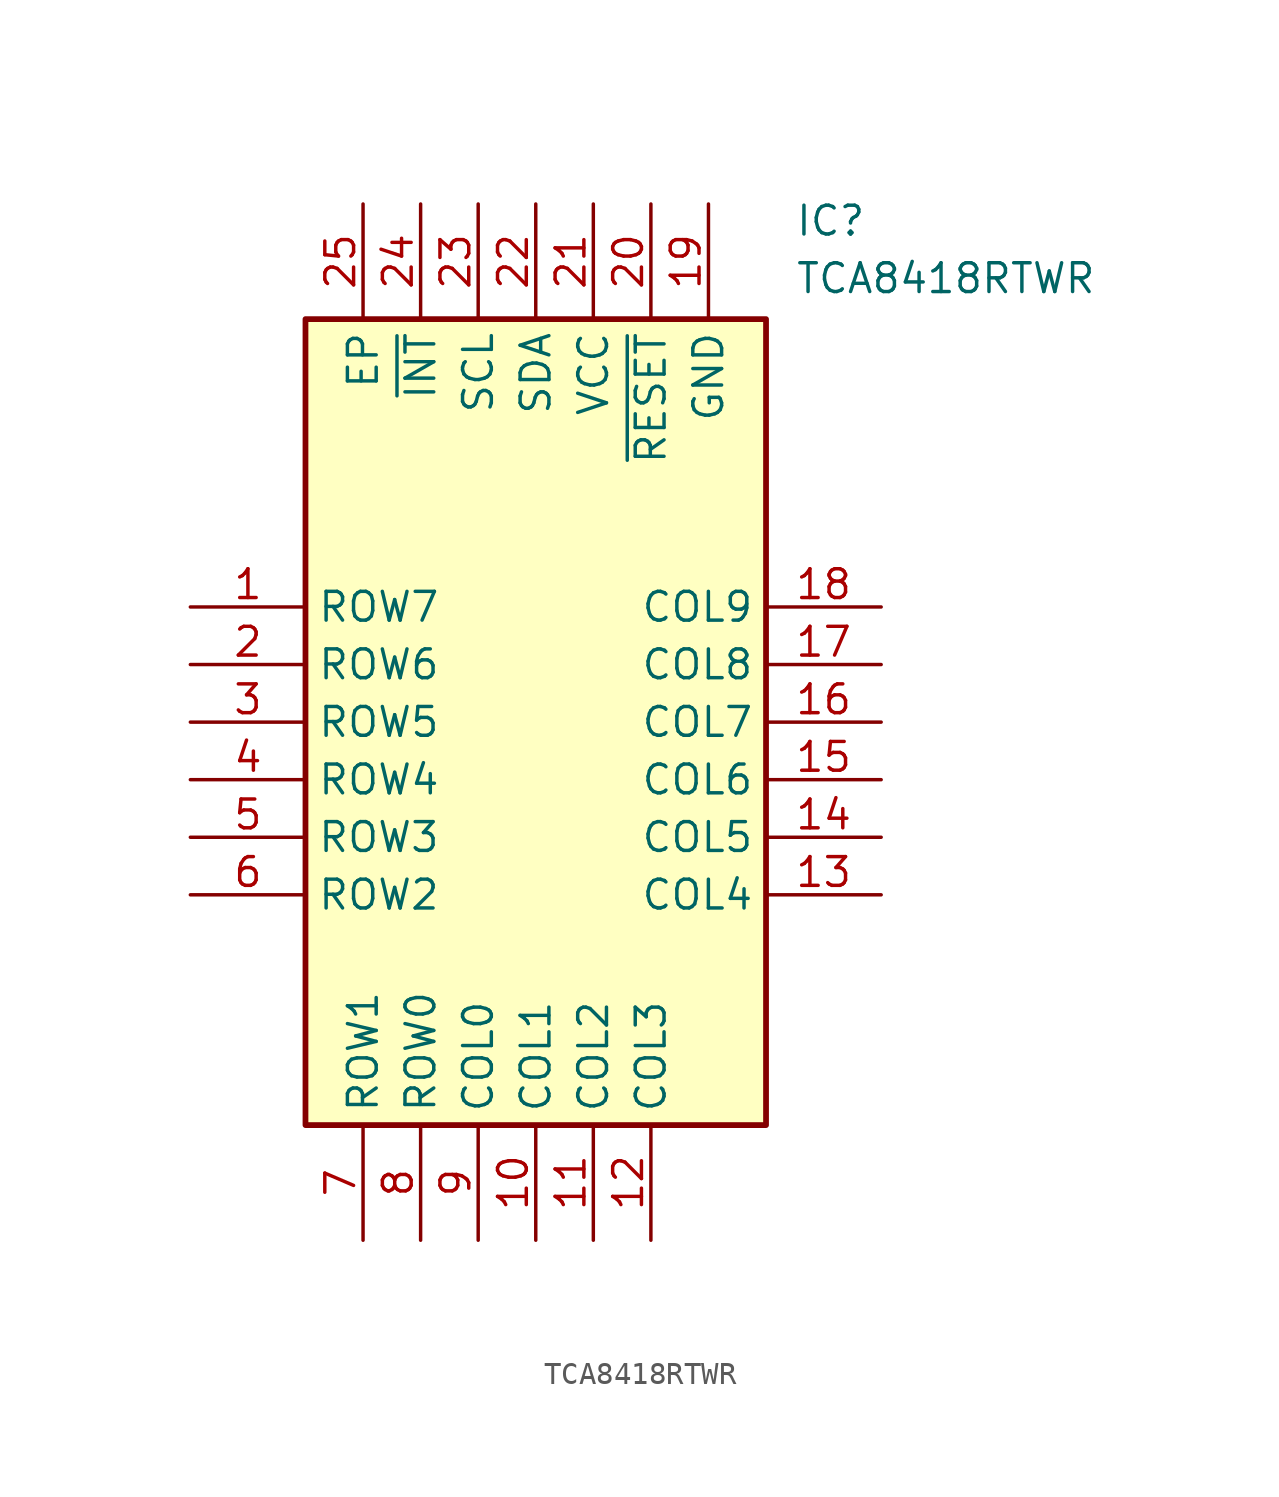
<source format=kicad_sym>
(kicad_symbol_lib
  (version 20211014)
  (generator SamacSys_ECAD_Model)
  (symbol "TCA8418RTWR"
    (property "Reference" "IC"
      (at 26.67 17.78 0)
      (effects (font (size 1.27 1.27)) (justify left top)))
    (property "Value" "TCA8418RTWR"
      (at 26.67 15.24 0)
      (effects (font (size 1.27 1.27)) (justify left top)))
    (rectangle
      (start 5.08 12.7)
      (end 25.4 -22.86)
      (stroke (width 0.254) (type default))
      (fill (type background)))
    (pin passive line
      (at 0 0 0)
      (length 5.08)
      (name "ROW7" (effects (font (size 1.27 1.27))))
      (number "1" (effects (font (size 1.27 1.27)))))
    (pin passive line
      (at 0 -2.54 0)
      (length 5.08)
      (name "ROW6" (effects (font (size 1.27 1.27))))
      (number "2" (effects (font (size 1.27 1.27)))))
    (pin passive line
      (at 0 -5.08 0)
      (length 5.08)
      (name "ROW5" (effects (font (size 1.27 1.27))))
      (number "3" (effects (font (size 1.27 1.27)))))
    (pin passive line
      (at 0 -7.62 0)
      (length 5.08)
      (name "ROW4" (effects (font (size 1.27 1.27))))
      (number "4" (effects (font (size 1.27 1.27)))))
    (pin passive line
      (at 0 -10.16 0)
      (length 5.08)
      (name "ROW3" (effects (font (size 1.27 1.27))))
      (number "5" (effects (font (size 1.27 1.27)))))
    (pin passive line
      (at 0 -12.7 0)
      (length 5.08)
      (name "ROW2" (effects (font (size 1.27 1.27))))
      (number "6" (effects (font (size 1.27 1.27)))))
    (pin passive line
      (at 7.62 -27.94 90)
      (length 5.08)
      (name "ROW1" (effects (font (size 1.27 1.27))))
      (number "7" (effects (font (size 1.27 1.27)))))
    (pin passive line
      (at 10.16 -27.94 90)
      (length 5.08)
      (name "ROW0" (effects (font (size 1.27 1.27))))
      (number "8" (effects (font (size 1.27 1.27)))))
    (pin passive line
      (at 12.7 -27.94 90)
      (length 5.08)
      (name "COL0" (effects (font (size 1.27 1.27))))
      (number "9" (effects (font (size 1.27 1.27)))))
    (pin passive line
      (at 15.24 -27.94 90)
      (length 5.08)
      (name "COL1" (effects (font (size 1.27 1.27))))
      (number "10" (effects (font (size 1.27 1.27)))))
    (pin passive line
      (at 17.78 -27.94 90)
      (length 5.08)
      (name "COL2" (effects (font (size 1.27 1.27))))
      (number "11" (effects (font (size 1.27 1.27)))))
    (pin passive line
      (at 20.32 -27.94 90)
      (length 5.08)
      (name "COL3" (effects (font (size 1.27 1.27))))
      (number "12" (effects (font (size 1.27 1.27)))))
    (pin passive line
      (at 30.48 0 180)
      (length 5.08)
      (name "COL9" (effects (font (size 1.27 1.27))))
      (number "18" (effects (font (size 1.27 1.27)))))
    (pin passive line
      (at 30.48 -2.54 180)
      (length 5.08)
      (name "COL8" (effects (font (size 1.27 1.27))))
      (number "17" (effects (font (size 1.27 1.27)))))
    (pin passive line
      (at 30.48 -5.08 180)
      (length 5.08)
      (name "COL7" (effects (font (size 1.27 1.27))))
      (number "16" (effects (font (size 1.27 1.27)))))
    (pin passive line
      (at 30.48 -7.62 180)
      (length 5.08)
      (name "COL6" (effects (font (size 1.27 1.27))))
      (number "15" (effects (font (size 1.27 1.27)))))
    (pin passive line
      (at 30.48 -10.16 180)
      (length 5.08)
      (name "COL5" (effects (font (size 1.27 1.27))))
      (number "14" (effects (font (size 1.27 1.27)))))
    (pin passive line
      (at 30.48 -12.7 180)
      (length 5.08)
      (name "COL4" (effects (font (size 1.27 1.27))))
      (number "13" (effects (font (size 1.27 1.27)))))
    (pin passive line
      (at 7.62 17.78 270)
      (length 5.08)
      (name "EP" (effects (font (size 1.27 1.27))))
      (number "25" (effects (font (size 1.27 1.27)))))
    (pin passive line
      (at 10.16 17.78 270)
      (length 5.08)
      (name "~{INT}" (effects (font (size 1.27 1.27))))
      (number "24" (effects (font (size 1.27 1.27)))))
    (pin passive line
      (at 12.7 17.78 270)
      (length 5.08)
      (name "SCL" (effects (font (size 1.27 1.27))))
      (number "23" (effects (font (size 1.27 1.27)))))
    (pin passive line
      (at 15.24 17.78 270)
      (length 5.08)
      (name "SDA" (effects (font (size 1.27 1.27))))
      (number "22" (effects (font (size 1.27 1.27)))))
    (pin passive line
      (at 17.78 17.78 270)
      (length 5.08)
      (name "VCC" (effects (font (size 1.27 1.27))))
      (number "21" (effects (font (size 1.27 1.27)))))
    (pin passive line
      (at 20.32 17.78 270)
      (length 5.08)
      (name "~{RESET}" (effects (font (size 1.27 1.27))))
      (number "20" (effects (font (size 1.27 1.27)))))
    (pin passive line
      (at 22.86 17.78 270)
      (length 5.08)
      (name "GND" (effects (font (size 1.27 1.27))))
      (number "19" (effects (font (size 1.27 1.27)))))))
</source>
